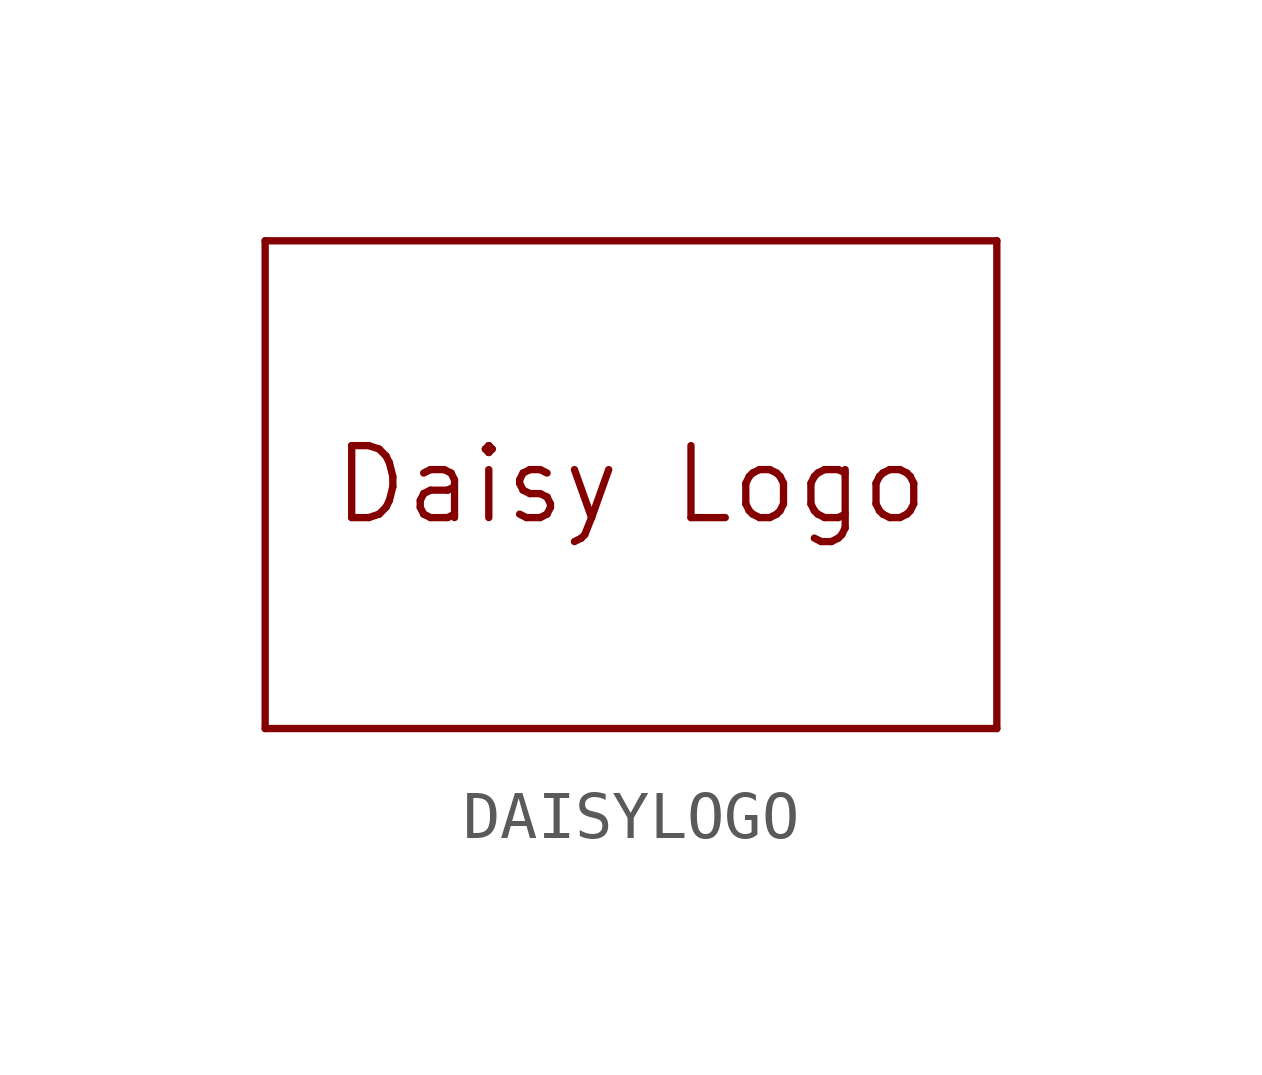
<source format=kicad_sym>
(kicad_symbol_lib
  (version 20211014)
  (generator kicad_symbol_editor)
  (symbol "DAISYLOGO"
    (pin_names
      (offset 1.016))
    (property "Reference" ""
      (at 0 0 0)
      (effects (font (size 1.27 1.27)) hide))
    (property "ki_locked" ""
      (at 0 0 0)
      (effects (font (size 1.27 1.27))))
    (symbol "DAISYLOGO_1_0"
      (polyline (pts (xy -7.62 -5.08) (xy 7.62 -5.08)) (stroke (width 0) (type default) (color 0 0 0 0)) (fill (type none)))
      (polyline (pts (xy -7.62 5.08) (xy -7.62 -5.08)) (stroke (width 0) (type default) (color 0 0 0 0)) (fill (type none)))
      (polyline (pts (xy 7.62 -5.08) (xy 7.62 5.08)) (stroke (width 0) (type default) (color 0 0 0 0)) (fill (type none)))
      (polyline (pts (xy 7.62 5.08) (xy -7.62 5.08)) (stroke (width 0) (type default) (color 0 0 0 0)) (fill (type none)))
      (text "Daisy Logo" (at 0 0 0) (effects (font (size 1.499 1.499)))))))
</source>
